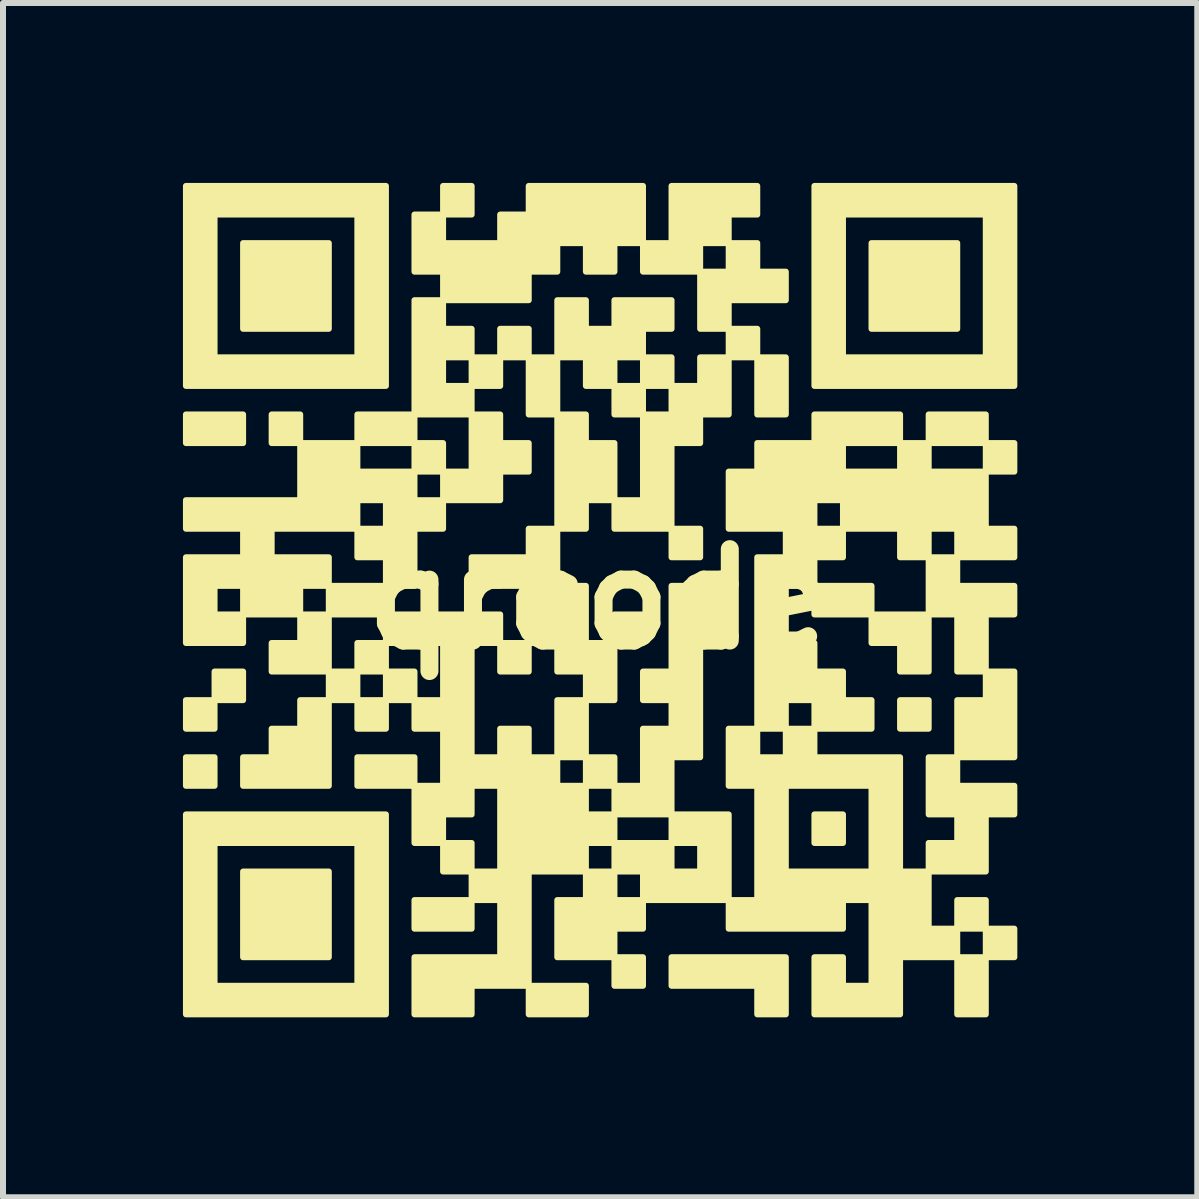
<source format=kicad_pcb>
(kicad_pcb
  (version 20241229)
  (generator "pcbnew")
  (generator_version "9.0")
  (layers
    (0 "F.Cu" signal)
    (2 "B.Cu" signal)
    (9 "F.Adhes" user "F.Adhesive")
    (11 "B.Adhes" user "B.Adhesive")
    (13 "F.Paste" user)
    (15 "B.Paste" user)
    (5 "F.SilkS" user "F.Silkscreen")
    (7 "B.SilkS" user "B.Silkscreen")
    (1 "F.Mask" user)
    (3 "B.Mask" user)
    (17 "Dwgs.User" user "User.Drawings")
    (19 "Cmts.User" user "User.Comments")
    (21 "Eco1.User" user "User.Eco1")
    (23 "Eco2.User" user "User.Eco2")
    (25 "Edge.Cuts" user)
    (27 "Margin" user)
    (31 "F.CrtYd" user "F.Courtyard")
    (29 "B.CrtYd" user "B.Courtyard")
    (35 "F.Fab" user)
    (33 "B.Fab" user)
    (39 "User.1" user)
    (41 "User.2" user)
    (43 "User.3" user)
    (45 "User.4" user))
  (footprint "qrcode"
    (layer "F.Cu")
    (at 6.94 6.94)
    (property "Reference" "qrcode" (at 0 0 0) (layer "F.SilkS") (effects (font (size 1.524 1.524) (thickness 0.3))))
    (attr through_hole)
    (fp_poly (pts (xy -6.413 2.159) (xy -6.652 2.159) (xy -6.89 2.159) (xy -6.89 1.921) (xy -6.89 1.683) (xy -6.652 1.683) (xy -6.413 1.683) (xy -6.413 1.921) (xy -6.413 2.159)) (stroke (width 0.1) (type solid)) (fill yes) (layer "F.SilkS"))
    (fp_poly (pts (xy -6.413 3.111) (xy -6.652 3.111) (xy -6.89 3.111) (xy -6.89 2.873) (xy -6.89 2.635) (xy -6.652 2.635) (xy -6.413 2.635) (xy -6.413 2.873) (xy -6.413 3.111)) (stroke (width 0.1) (type solid)) (fill yes) (layer "F.SilkS"))
    (fp_poly (pts (xy -5.937 -2.603) (xy -6.413 -2.603) (xy -6.89 -2.603) (xy -6.89 -2.842) (xy -6.89 -3.08) (xy -6.413 -3.08) (xy -5.937 -3.08) (xy -5.937 -2.842) (xy -5.937 -2.603)) (stroke (width 0.1) (type solid)) (fill yes) (layer "F.SilkS"))
    (fp_poly (pts (xy -5.937 1.683) (xy -6.175 1.683) (xy -6.413 1.683) (xy -6.413 1.445) (xy -6.413 1.206) (xy -6.175 1.206) (xy -5.937 1.206) (xy -5.937 1.445) (xy -5.937 1.683)) (stroke (width 0.1) (type solid)) (fill yes) (layer "F.SilkS"))
    (fp_poly (pts (xy -4.985 -2.603) (xy -5.223 -2.603) (xy -5.461 -2.603) (xy -5.461 -2.842) (xy -5.461 -3.08) (xy -5.223 -3.08) (xy -4.985 -3.08) (xy -4.985 -2.842) (xy -4.985 -2.603)) (stroke (width 0.1) (type solid)) (fill yes) (layer "F.SilkS"))
    (fp_poly (pts (xy -4.508 -4.508) (xy -5.223 -4.508) (xy -5.937 -4.508) (xy -5.937 -5.223) (xy -5.937 -5.937) (xy -5.223 -5.937) (xy -4.508 -5.937) (xy -4.508 -5.223) (xy -4.508 -4.508)) (stroke (width 0.1) (type solid)) (fill yes) (layer "F.SilkS"))
    (fp_poly (pts (xy -4.508 5.969) (xy -5.223 5.969) (xy -5.937 5.969) (xy -5.937 5.255) (xy -5.937 4.54) (xy -5.223 4.54) (xy -4.508 4.54) (xy -4.508 5.255) (xy -4.508 5.969)) (stroke (width 0.1) (type solid)) (fill yes) (layer "F.SilkS"))
    (fp_poly (pts (xy -4.032 1.683) (xy -4.27 1.683) (xy -4.508 1.683) (xy -4.508 1.445) (xy -4.508 1.206) (xy -4.27 1.206) (xy -4.032 1.206) (xy -4.032 1.445) (xy -4.032 1.683)) (stroke (width 0.1) (type solid)) (fill yes) (layer "F.SilkS"))
    (fp_poly (pts (xy -3.556 0.254) (xy -4.032 0.254) (xy -4.508 0.254) (xy -4.508 0.016) (xy -4.508 -0.222) (xy -4.032 -0.222) (xy -3.556 -0.222) (xy -3.556 0.016) (xy -3.556 0.254)) (stroke (width 0.1) (type solid)) (fill yes) (layer "F.SilkS"))
    (fp_poly (pts (xy -3.556 1.206) (xy -3.794 1.206) (xy -4.032 1.206) (xy -4.032 0.968) (xy -4.032 0.73) (xy -3.794 0.73) (xy -3.556 0.73) (xy -3.556 0.968) (xy -3.556 1.206)) (stroke (width 0.1) (type solid)) (fill yes) (layer "F.SilkS"))
    (fp_poly (pts (xy -3.556 2.159) (xy -3.794 2.159) (xy -4.032 2.159) (xy -4.032 1.921) (xy -4.032 1.683) (xy -3.794 1.683) (xy -3.556 1.683) (xy -3.556 1.921) (xy -3.556 2.159)) (stroke (width 0.1) (type solid)) (fill yes) (layer "F.SilkS"))
    (fp_poly (pts (xy -3.08 -2.603) (xy -3.556 -2.603) (xy -4.032 -2.603) (xy -4.032 -2.842) (xy -4.032 -3.08) (xy -3.556 -3.08) (xy -3.08 -3.08) (xy -3.08 -2.842) (xy -3.08 -2.603)) (stroke (width 0.1) (type solid)) (fill yes) (layer "F.SilkS"))
    (fp_poly (pts (xy -3.08 1.683) (xy -3.318 1.683) (xy -3.556 1.683) (xy -3.556 1.445) (xy -3.556 1.206) (xy -3.318 1.206) (xy -3.08 1.206) (xy -3.08 1.445) (xy -3.08 1.683)) (stroke (width 0.1) (type solid)) (fill yes) (layer "F.SilkS"))
    (fp_poly (pts (xy -3.08 3.111) (xy -3.556 3.111) (xy -4.032 3.111) (xy -4.032 2.873) (xy -4.032 2.635) (xy -3.556 2.635) (xy -3.08 2.635) (xy -3.08 2.873) (xy -3.08 3.111)) (stroke (width 0.1) (type solid)) (fill yes) (layer "F.SilkS"))
    (fp_poly (pts (xy -2.603 -2.127) (xy -2.842 -2.127) (xy -3.08 -2.127) (xy -3.08 -2.365) (xy -3.08 -2.603) (xy -2.842 -2.603) (xy -2.603 -2.603) (xy -2.603 -2.365) (xy -2.603 -2.127)) (stroke (width 0.1) (type solid)) (fill yes) (layer "F.SilkS"))
    (fp_poly (pts (xy -2.127 -6.413) (xy -2.365 -6.413) (xy -2.603 -6.413) (xy -2.603 -6.652) (xy -2.603 -6.89) (xy -2.365 -6.89) (xy -2.127 -6.89) (xy -2.127 -6.652) (xy -2.127 -6.413)) (stroke (width 0.1) (type solid)) (fill yes) (layer "F.SilkS"))
    (fp_poly (pts (xy -2.127 4.54) (xy -2.365 4.54) (xy -2.603 4.54) (xy -2.603 4.302) (xy -2.603 4.064) (xy -2.365 4.064) (xy -2.127 4.064) (xy -2.127 4.302) (xy -2.127 4.54)) (stroke (width 0.1) (type solid)) (fill yes) (layer "F.SilkS"))
    (fp_poly (pts (xy -2.127 5.493) (xy -2.603 5.493) (xy -3.08 5.493) (xy -3.08 5.255) (xy -3.08 5.016) (xy -2.603 5.016) (xy -2.127 5.016) (xy -2.127 5.255) (xy -2.127 5.493)) (stroke (width 0.1) (type solid)) (fill yes) (layer "F.SilkS"))
    (fp_poly (pts (xy -1.651 -3.556) (xy -1.889 -3.556) (xy -2.127 -3.556) (xy -2.127 -3.794) (xy -2.127 -4.032) (xy -1.889 -4.032) (xy -1.651 -4.032) (xy -1.651 -3.794) (xy -1.651 -3.556)) (stroke (width 0.1) (type solid)) (fill yes) (layer "F.SilkS"))
    (fp_poly (pts (xy -1.175 -4.032) (xy -1.413 -4.032) (xy -1.651 -4.032) (xy -1.651 -4.27) (xy -1.651 -4.508) (xy -1.413 -4.508) (xy -1.175 -4.508) (xy -1.175 -4.27) (xy -1.175 -4.032)) (stroke (width 0.1) (type solid)) (fill yes) (layer "F.SilkS"))
    (fp_poly (pts (xy -1.175 1.206) (xy -1.413 1.206) (xy -1.651 1.206) (xy -1.651 0.968) (xy -1.651 0.73) (xy -1.413 0.73) (xy -1.175 0.73) (xy -1.175 0.968) (xy -1.175 1.206)) (stroke (width 0.1) (type solid)) (fill yes) (layer "F.SilkS"))
    (fp_poly (pts (xy -0.699 -3.08) (xy -0.937 -3.08) (xy -1.175 -3.08) (xy -1.175 -3.556) (xy -1.175 -4.032) (xy -0.937 -4.032) (xy -0.699 -4.032) (xy -0.699 -3.556) (xy -0.699 -3.08)) (stroke (width 0.1) (type solid)) (fill yes) (layer "F.SilkS"))
    (fp_poly (pts (xy -0.222 2.635) (xy -0.46 2.635) (xy -0.699 2.635) (xy -0.699 2.159) (xy -0.699 1.683) (xy -0.46 1.683) (xy -0.222 1.683) (xy -0.222 2.159) (xy -0.222 2.635)) (stroke (width 0.1) (type solid)) (fill yes) (layer "F.SilkS"))
    (fp_poly (pts (xy -0.222 6.921) (xy -0.699 6.921) (xy -1.175 6.921) (xy -1.175 6.683) (xy -1.175 6.445) (xy -0.699 6.445) (xy -0.222 6.445) (xy -0.222 6.683) (xy -0.222 6.921)) (stroke (width 0.1) (type solid)) (fill yes) (layer "F.SilkS"))
    (fp_poly (pts (xy 0.254 3.111) (xy 0.016 3.111) (xy -0.222 3.111) (xy -0.222 2.873) (xy -0.222 2.635) (xy 0.016 2.635) (xy 0.254 2.635) (xy 0.254 2.873) (xy 0.254 3.111)) (stroke (width 0.1) (type solid)) (fill yes) (layer "F.SilkS"))
    (fp_poly (pts (xy 0.73 -3.08) (xy 0.492 -3.08) (xy 0.254 -3.08) (xy 0.254 -3.318) (xy 0.254 -3.556) (xy 0.492 -3.556) (xy 0.73 -3.556) (xy 0.73 -3.318) (xy 0.73 -3.08)) (stroke (width 0.1) (type solid)) (fill yes) (layer "F.SilkS"))
    (fp_poly (pts (xy 0.73 0.73) (xy 0.492 0.73) (xy 0.254 0.73) (xy 0.254 0.492) (xy 0.254 0.254) (xy 0.492 0.254) (xy 0.73 0.254) (xy 0.73 0.492) (xy 0.73 0.73)) (stroke (width 0.1) (type solid)) (fill yes) (layer "F.SilkS"))
    (fp_poly (pts (xy 0.73 6.445) (xy 0.492 6.445) (xy 0.254 6.445) (xy 0.254 6.207) (xy 0.254 5.969) (xy 0.492 5.969) (xy 0.73 5.969) (xy 0.73 6.207) (xy 0.73 6.445)) (stroke (width 0.1) (type solid)) (fill yes) (layer "F.SilkS"))
    (fp_poly (pts (xy 1.206 -3.556) (xy 0.968 -3.556) (xy 0.73 -3.556) (xy 0.73 -3.794) (xy 0.73 -4.032) (xy 0.968 -4.032) (xy 1.206 -4.032) (xy 1.206 -3.794) (xy 1.206 -3.556)) (stroke (width 0.1) (type solid)) (fill yes) (layer "F.SilkS"))
    (fp_poly (pts (xy 1.683 -0.699) (xy 1.445 -0.699) (xy 1.206 -0.699) (xy 1.206 -0.937) (xy 1.206 -1.175) (xy 1.445 -1.175) (xy 1.683 -1.175) (xy 1.683 -0.937) (xy 1.683 -0.699)) (stroke (width 0.1) (type solid)) (fill yes) (layer "F.SilkS"))
    (fp_poly (pts (xy 2.635 -4.032) (xy 2.397 -4.032) (xy 2.159 -4.032) (xy 2.159 -4.27) (xy 2.159 -4.508) (xy 2.397 -4.508) (xy 2.635 -4.508) (xy 2.635 -4.27) (xy 2.635 -4.032)) (stroke (width 0.1) (type solid)) (fill yes) (layer "F.SilkS"))
    (fp_poly (pts (xy 3.111 -3.08) (xy 2.873 -3.08) (xy 2.635 -3.08) (xy 2.635 -3.556) (xy 2.635 -4.032) (xy 2.873 -4.032) (xy 3.111 -4.032) (xy 3.111 -3.556) (xy 3.111 -3.08)) (stroke (width 0.1) (type solid)) (fill yes) (layer "F.SilkS"))
    (fp_poly (pts (xy 4.064 4.064) (xy 3.826 4.064) (xy 3.588 4.064) (xy 3.588 3.826) (xy 3.588 3.588) (xy 3.826 3.588) (xy 4.064 3.588) (xy 4.064 3.826) (xy 4.064 4.064)) (stroke (width 0.1) (type solid)) (fill yes) (layer "F.SilkS"))
    (fp_poly (pts (xy 4.54 0.254) (xy 4.064 0.254) (xy 3.588 0.254) (xy 3.588 0.016) (xy 3.588 -0.222) (xy 4.064 -0.222) (xy 4.54 -0.222) (xy 4.54 0.016) (xy 4.54 0.254)) (stroke (width 0.1) (type solid)) (fill yes) (layer "F.SilkS"))
    (fp_poly (pts (xy 5.493 2.159) (xy 5.255 2.159) (xy 5.016 2.159) (xy 5.016 1.921) (xy 5.016 1.683) (xy 5.255 1.683) (xy 5.493 1.683) (xy 5.493 1.921) (xy 5.493 2.159)) (stroke (width 0.1) (type solid)) (fill yes) (layer "F.SilkS"))
    (fp_poly (pts (xy 5.969 -4.508) (xy 5.255 -4.508) (xy 4.54 -4.508) (xy 4.54 -5.223) (xy 4.54 -5.937) (xy 5.255 -5.937) (xy 5.969 -5.937) (xy 5.969 -5.223) (xy 5.969 -4.508)) (stroke (width 0.1) (type solid)) (fill yes) (layer "F.SilkS"))
    (fp_poly (pts (xy 6.445 -2.603) (xy 5.969 -2.603) (xy 5.493 -2.603) (xy 5.493 -2.842) (xy 5.493 -3.08) (xy 5.969 -3.08) (xy 6.445 -3.08) (xy 6.445 -2.842) (xy 6.445 -2.603)) (stroke (width 0.1) (type solid)) (fill yes) (layer "F.SilkS"))
    (fp_poly (pts (xy 6.445 5.493) (xy 6.207 5.493) (xy 5.969 5.493) (xy 5.969 5.255) (xy 5.969 5.016) (xy 6.207 5.016) (xy 6.445 5.016) (xy 6.445 5.255) (xy 6.445 5.493)) (stroke (width 0.1) (type solid)) (fill yes) (layer "F.SilkS"))
    (fp_poly (pts (xy 6.445 6.921) (xy 6.207 6.921) (xy 5.969 6.921) (xy 5.969 6.445) (xy 5.969 5.969) (xy 6.207 5.969) (xy 6.445 5.969) (xy 6.445 6.445) (xy 6.445 6.921)) (stroke (width 0.1) (type solid)) (fill yes) (layer "F.SilkS"))
    (fp_poly (pts (xy 6.921 -2.127) (xy 6.683 -2.127) (xy 6.445 -2.127) (xy 6.445 -2.365) (xy 6.445 -2.603) (xy 6.683 -2.603) (xy 6.921 -2.603) (xy 6.921 -2.365) (xy 6.921 -2.127)) (stroke (width 0.1) (type solid)) (fill yes) (layer "F.SilkS"))
    (fp_poly (pts (xy 6.921 5.969) (xy 6.683 5.969) (xy 6.445 5.969) (xy 6.445 5.731) (xy 6.445 5.493) (xy 6.683 5.493) (xy 6.921 5.493) (xy 6.921 5.731) (xy 6.921 5.969)) (stroke (width 0.1) (type solid)) (fill yes) (layer "F.SilkS"))
    (fp_poly (pts (xy -4.508 1.206) (xy -4.985 1.206) (xy -5.461 1.206) (xy -5.461 0.968) (xy -5.461 0.73) (xy -5.223 0.73) (xy -4.985 0.73) (xy -4.985 0.492) (xy -4.985 0.254) (xy -4.747 0.254) (xy -4.508 0.254) (xy -4.508 0.73) (xy -4.508 1.206)) (stroke (width 0.1) (type solid)) (fill yes) (layer "F.SilkS"))
    (fp_poly (pts (xy 3.111 6.921) (xy 2.873 6.921) (xy 2.635 6.921) (xy 2.635 6.683) (xy 2.635 6.445) (xy 1.921 6.445) (xy 1.206 6.445) (xy 1.206 6.207) (xy 1.206 5.969) (xy 2.159 5.969) (xy 3.111 5.969) (xy 3.111 6.445) (xy 3.111 6.921)) (stroke (width 0.1) (type solid)) (fill yes) (layer "F.SilkS"))
    (fp_poly (pts (xy 5.493 1.206) (xy 5.255 1.206) (xy 5.016 1.206) (xy 5.016 0.968) (xy 5.016 0.73) (xy 4.778 0.73) (xy 4.54 0.73) (xy 4.54 0.492) (xy 4.54 0.254) (xy 5.016 0.254) (xy 5.493 0.254) (xy 5.493 0.73) (xy 5.493 1.206)) (stroke (width 0.1) (type solid)) (fill yes) (layer "F.SilkS"))
    (fp_poly (pts (xy 6.921 2.635) (xy 6.445 2.635) (xy 5.969 2.635) (xy 5.969 2.159) (xy 5.969 1.683) (xy 6.207 1.683) (xy 6.445 1.683) (xy 6.445 1.445) (xy 6.445 1.206) (xy 6.683 1.206) (xy 6.921 1.206) (xy 6.921 1.921) (xy 6.921 2.635)) (stroke (width 0.1) (type solid)) (fill yes) (layer "F.SilkS"))
    (fp_poly (pts (xy -4.508 3.111) (xy -5.223 3.111) (xy -5.937 3.111) (xy -5.937 2.873) (xy -5.937 2.635) (xy -5.699 2.635) (xy -5.461 2.635) (xy -5.461 2.397) (xy -5.461 2.159) (xy -5.223 2.159) (xy -4.985 2.159) (xy -4.985 1.921) (xy -4.985 1.683) (xy -4.747 1.683) (xy -4.508 1.683) (xy -4.508 2.397) (xy -4.508 3.111)) (stroke (width 0.1) (type solid)) (fill yes) (layer "F.SilkS"))
    (fp_poly (pts (xy 0.254 -1.651) (xy 0.016 -1.651) (xy -0.222 -1.651) (xy -0.222 -1.413) (xy -0.222 -1.175) (xy -0.46 -1.175) (xy -0.699 -1.175) (xy -0.699 -2.127) (xy -0.699 -3.08) (xy -0.46 -3.08) (xy -0.222 -3.08) (xy -0.222 -2.842) (xy -0.222 -2.603) (xy 0.016 -2.603) (xy 0.254 -2.603) (xy 0.254 -2.127) (xy 0.254 -1.651)) (stroke (width 0.1) (type solid)) (fill yes) (layer "F.SilkS"))
    (fp_poly (pts (xy -3.556 -3.556) (xy -4.032 -3.556) (xy -4.032 -4.032) (xy -4.032 -5.223) (xy -4.032 -6.413) (xy -5.223 -6.413) (xy -6.413 -6.413) (xy -6.413 -5.223) (xy -6.413 -4.032) (xy -5.223 -4.032) (xy -4.032 -4.032) (xy -4.032 -3.556) (xy -5.223 -3.556) (xy -6.89 -3.556) (xy -6.89 -5.223) (xy -6.89 -6.89) (xy -5.223 -6.89) (xy -3.556 -6.89) (xy -3.556 -5.223) (xy -3.556 -3.556)) (stroke (width 0.1) (type solid)) (fill yes) (layer "F.SilkS"))
    (fp_poly (pts (xy -3.556 6.921) (xy -4.032 6.921) (xy -4.032 6.445) (xy -4.032 5.255) (xy -4.032 4.064) (xy -5.223 4.064) (xy -6.413 4.064) (xy -6.413 5.255) (xy -6.413 6.445) (xy -5.223 6.445) (xy -4.032 6.445) (xy -4.032 6.921) (xy -5.223 6.921) (xy -6.89 6.921) (xy -6.89 5.255) (xy -6.89 3.588) (xy -5.223 3.588) (xy -3.556 3.588) (xy -3.556 5.255) (xy -3.556 6.921)) (stroke (width 0.1) (type solid)) (fill yes) (layer "F.SilkS"))
    (fp_poly (pts (xy 6.921 -3.556) (xy 6.445 -3.556) (xy 6.445 -4.032) (xy 6.445 -5.223) (xy 6.445 -6.413) (xy 5.255 -6.413) (xy 4.064 -6.413) (xy 4.064 -5.223) (xy 4.064 -4.032) (xy 5.255 -4.032) (xy 6.445 -4.032) (xy 6.445 -3.556) (xy 5.255 -3.556) (xy 3.588 -3.556) (xy 3.588 -5.223) (xy 3.588 -6.89) (xy 5.255 -6.89) (xy 6.921 -6.89) (xy 6.921 -5.223) (xy 6.921 -3.556)) (stroke (width 0.1) (type solid)) (fill yes) (layer "F.SilkS"))
    (fp_poly (pts (xy -2.127 -3.08) (xy -2.603 -3.08) (xy -3.08 -3.08) (xy -3.08 -4.032) (xy -3.08 -4.985) (xy -2.842 -4.985) (xy -2.603 -4.985) (xy -2.603 -4.747) (xy -2.603 -4.508) (xy -2.365 -4.508) (xy -2.127 -4.508) (xy -2.127 -4.27) (xy -2.127 -4.032) (xy -2.365 -4.032) (xy -2.603 -4.032) (xy -2.603 -3.794) (xy -2.603 -3.556) (xy -2.365 -3.556) (xy -2.127 -3.556) (xy -2.127 -3.318) (xy -2.127 -3.08)) (stroke (width 0.1) (type solid)) (fill yes) (layer "F.SilkS"))
    (fp_poly (pts (xy -1.175 -2.127) (xy -1.413 -2.127) (xy -1.651 -2.127) (xy -1.651 -1.889) (xy -1.651 -1.651) (xy -2.127 -1.651) (xy -2.603 -1.651) (xy -2.603 -1.889) (xy -2.603 -2.127) (xy -2.365 -2.127) (xy -2.127 -2.127) (xy -2.127 -2.603) (xy -2.127 -3.08) (xy -1.889 -3.08) (xy -1.651 -3.08) (xy -1.651 -2.842) (xy -1.651 -2.603) (xy -1.413 -2.603) (xy -1.175 -2.603) (xy -1.175 -2.365) (xy -1.175 -2.127)) (stroke (width 0.1) (type solid)) (fill yes) (layer "F.SilkS"))
    (fp_poly (pts (xy 0.73 5.493) (xy 0.492 5.493) (xy 0.254 5.493) (xy 0.254 5.731) (xy 0.254 5.969) (xy -0.222 5.969) (xy -0.699 5.969) (xy -0.699 5.493) (xy -0.699 5.016) (xy -0.46 5.016) (xy -0.222 5.016) (xy -0.222 4.778) (xy -0.222 4.54) (xy 0.016 4.54) (xy 0.254 4.54) (xy 0.254 4.778) (xy 0.254 5.016) (xy 0.492 5.016) (xy 0.73 5.016) (xy 0.73 5.255) (xy 0.73 5.493)) (stroke (width 0.1) (type solid)) (fill yes) (layer "F.SilkS"))
    (fp_poly (pts (xy 2.635 -6.413) (xy 2.397 -6.413) (xy 2.159 -6.413) (xy 2.159 -6.175) (xy 2.159 -5.937) (xy 1.921 -5.937) (xy 1.683 -5.937) (xy 1.683 -5.699) (xy 1.683 -5.461) (xy 1.206 -5.461) (xy 0.73 -5.461) (xy 0.73 -5.699) (xy 0.73 -5.937) (xy 0.968 -5.937) (xy 1.206 -5.937) (xy 1.206 -6.413) (xy 1.206 -6.89) (xy 1.921 -6.89) (xy 2.635 -6.89) (xy 2.635 -6.652) (xy 2.635 -6.413)) (stroke (width 0.1) (type solid)) (fill yes) (layer "F.SilkS"))
    (fp_poly (pts (xy 3.111 -4.985) (xy 2.635 -4.985) (xy 2.159 -4.985) (xy 2.159 -4.747) (xy 2.159 -4.508) (xy 1.921 -4.508) (xy 1.683 -4.508) (xy 1.683 -4.985) (xy 1.683 -5.461) (xy 1.921 -5.461) (xy 2.159 -5.461) (xy 2.159 -5.699) (xy 2.159 -5.937) (xy 2.397 -5.937) (xy 2.635 -5.937) (xy 2.635 -5.699) (xy 2.635 -5.461) (xy 2.873 -5.461) (xy 3.111 -5.461) (xy 3.111 -5.223) (xy 3.111 -4.985)) (stroke (width 0.1) (type solid)) (fill yes) (layer "F.SilkS"))
    (fp_poly (pts (xy 6.921 0.254) (xy 6.683 0.254) (xy 6.445 0.254) (xy 6.445 0.73) (xy 6.445 1.206) (xy 6.207 1.206) (xy 5.969 1.206) (xy 5.969 0.73) (xy 5.969 0.254) (xy 5.731 0.254) (xy 5.493 0.254) (xy 5.493 -0.222) (xy 5.493 -0.699) (xy 5.731 -0.699) (xy 5.969 -0.699) (xy 5.969 -0.46) (xy 5.969 -0.222) (xy 6.445 -0.222) (xy 6.921 -0.222) (xy 6.921 0.016) (xy 6.921 0.254)) (stroke (width 0.1) (type solid)) (fill yes) (layer "F.SilkS"))
    (fp_poly (pts (xy 2.159 5.016) (xy 1.445 5.016) (xy 0.73 5.016) (xy 0.73 4.778) (xy 0.73 4.54) (xy 0.492 4.54) (xy 0.254 4.54) (xy 0.254 4.302) (xy 0.254 4.064) (xy 0.73 4.064) (xy 1.206 4.064) (xy 1.206 4.302) (xy 1.206 4.54) (xy 1.445 4.54) (xy 1.683 4.54) (xy 1.683 4.302) (xy 1.683 4.064) (xy 1.445 4.064) (xy 1.206 4.064) (xy 1.206 3.826) (xy 1.206 3.588) (xy 1.683 3.588) (xy 2.159 3.588) (xy 2.159 4.302) (xy 2.159 5.016)) (stroke (width 0.1) (type solid)) (fill yes) (layer "F.SilkS"))
    (fp_poly (pts (xy 6.921 3.588) (xy 6.683 3.588) (xy 6.445 3.588) (xy 6.445 4.064) (xy 6.445 4.54) (xy 5.969 4.54) (xy 5.493 4.54) (xy 5.493 4.302) (xy 5.493 4.064) (xy 5.731 4.064) (xy 5.969 4.064) (xy 5.969 3.826) (xy 5.969 3.588) (xy 5.731 3.588) (xy 5.493 3.588) (xy 5.493 3.111) (xy 5.493 2.635) (xy 5.731 2.635) (xy 5.969 2.635) (xy 5.969 2.873) (xy 5.969 3.111) (xy 6.445 3.111) (xy 6.921 3.111) (xy 6.921 3.35) (xy 6.921 3.588)) (stroke (width 0.1) (type solid)) (fill yes) (layer "F.SilkS"))
    (fp_poly (pts (xy 1.206 -4.508) (xy 0.968 -4.508) (xy 0.73 -4.508) (xy 0.73 -4.27) (xy 0.73 -4.032) (xy 0.492 -4.032) (xy 0.254 -4.032) (xy 0.254 -3.794) (xy 0.254 -3.556) (xy 0.016 -3.556) (xy -0.222 -3.556) (xy -0.222 -3.794) (xy -0.222 -4.032) (xy -0.46 -4.032) (xy -0.699 -4.032) (xy -0.699 -4.508) (xy -0.699 -4.985) (xy -0.46 -4.985) (xy -0.222 -4.985) (xy -0.222 -4.747) (xy -0.222 -4.508) (xy 0.016 -4.508) (xy 0.254 -4.508) (xy 0.254 -4.747) (xy 0.254 -4.985) (xy 0.73 -4.985) (xy 1.206 -4.985) (xy 1.206 -4.747) (xy 1.206 -4.508)) (stroke (width 0.1) (type solid)) (fill yes) (layer "F.SilkS"))
    (fp_poly (pts (xy 2.159 -3.08) (xy 1.921 -3.08) (xy 1.683 -3.08) (xy 1.683 -2.842) (xy 1.683 -2.603) (xy 1.445 -2.603) (xy 1.206 -2.603) (xy 1.206 -1.889) (xy 1.206 -1.175) (xy 0.73 -1.175) (xy 0.254 -1.175) (xy 0.254 -1.413) (xy 0.254 -1.651) (xy 0.492 -1.651) (xy 0.73 -1.651) (xy 0.73 -2.365) (xy 0.73 -3.08) (xy 0.968 -3.08) (xy 1.206 -3.08) (xy 1.206 -3.318) (xy 1.206 -3.556) (xy 1.445 -3.556) (xy 1.683 -3.556) (xy 1.683 -3.794) (xy 1.683 -4.032) (xy 1.921 -4.032) (xy 2.159 -4.032) (xy 2.159 -3.556) (xy 2.159 -3.08)) (stroke (width 0.1) (type solid)) (fill yes) (layer "F.SilkS"))
    (fp_poly (pts (xy 0.254 1.683) (xy 0.016 1.683) (xy -0.222 1.683) (xy -0.222 1.445) (xy -0.222 1.206) (xy -0.46 1.206) (xy -0.699 1.206) (xy -0.699 0.968) (xy -0.699 0.73) (xy -0.937 0.73) (xy -1.175 0.73) (xy -1.175 0.254) (xy -1.175 -0.222) (xy -1.651 -0.222) (xy -2.127 -0.222) (xy -2.127 -0.46) (xy -2.127 -0.699) (xy -1.651 -0.699) (xy -1.175 -0.699) (xy -1.175 -0.937) (xy -1.175 -1.175) (xy -0.937 -1.175) (xy -0.699 -1.175) (xy -0.699 -0.699) (xy -0.699 -0.222) (xy -0.46 -0.222) (xy -0.222 -0.222) (xy -0.222 0.254) (xy -0.222 0.73) (xy 0.016 0.73) (xy 0.254 0.73) (xy 0.254 1.206) (xy 0.254 1.683)) (stroke (width 0.1) (type solid)) (fill yes) (layer "F.SilkS"))
    (fp_poly (pts (xy 2.159 0.73) (xy 1.921 0.73) (xy 1.683 0.73) (xy 1.683 1.683) (xy 1.683 2.635) (xy 1.445 2.635) (xy 1.206 2.635) (xy 1.206 3.111) (xy 1.206 3.588) (xy 0.73 3.588) (xy 0.254 3.588) (xy 0.254 3.35) (xy 0.254 3.111) (xy 0.492 3.111) (xy 0.73 3.111) (xy 0.73 2.635) (xy 0.73 2.159) (xy 0.968 2.159) (xy 1.206 2.159) (xy 1.206 1.921) (xy 1.206 1.683) (xy 0.968 1.683) (xy 0.73 1.683) (xy 0.73 1.445) (xy 0.73 1.206) (xy 0.968 1.206) (xy 1.206 1.206) (xy 1.206 0.492) (xy 1.206 -0.222) (xy 1.683 -0.222) (xy 2.159 -0.222) (xy 2.159 0.254) (xy 2.159 0.73)) (stroke (width 0.1) (type solid)) (fill yes) (layer "F.SilkS"))
    (fp_poly (pts (xy 0.73 -5.937) (xy 0.492 -5.937) (xy 0.254 -5.937) (xy 0.254 -5.699) (xy 0.254 -5.461) (xy 0.016 -5.461) (xy -0.222 -5.461) (xy -0.222 -5.699) (xy -0.222 -5.937) (xy -0.46 -5.937) (xy -0.699 -5.937) (xy -0.699 -5.699) (xy -0.699 -5.461) (xy -0.937 -5.461) (xy -1.175 -5.461) (xy -1.175 -5.223) (xy -1.175 -4.985) (xy -1.889 -4.985) (xy -2.603 -4.985) (xy -2.603 -5.223) (xy -2.603 -5.461) (xy -2.842 -5.461) (xy -3.08 -5.461) (xy -3.08 -5.937) (xy -3.08 -6.413) (xy -2.842 -6.413) (xy -2.603 -6.413) (xy -2.603 -6.175) (xy -2.603 -5.937) (xy -2.127 -5.937) (xy -1.651 -5.937) (xy -1.651 -6.175) (xy -1.651 -6.413) (xy -1.413 -6.413) (xy -1.175 -6.413) (xy -1.175 -6.652) (xy -1.175 -6.89) (xy -0.222 -6.89) (xy 0.73 -6.89) (xy 0.73 -6.413) (xy 0.73 -5.937)) (stroke (width 0.1) (type solid)) (fill yes) (layer "F.SilkS"))
    (fp_poly (pts (xy 5.969 5.969) (xy 5.493 5.969) (xy 5.016 5.969) (xy 5.016 6.445) (xy 5.016 6.921) (xy 4.302 6.921) (xy 3.588 6.921) (xy 3.588 6.445) (xy 3.588 5.969) (xy 3.826 5.969) (xy 4.064 5.969) (xy 4.064 6.207) (xy 4.064 6.445) (xy 4.302 6.445) (xy 4.54 6.445) (xy 4.54 5.731) (xy 4.54 5.016) (xy 4.54 4.54) (xy 4.54 3.826) (xy 4.54 3.111) (xy 3.826 3.111) (xy 3.111 3.111) (xy 3.111 3.826) (xy 3.111 4.54) (xy 3.826 4.54) (xy 4.54 4.54) (xy 4.54 5.016) (xy 4.302 5.016) (xy 4.064 5.016) (xy 4.064 5.255) (xy 4.064 5.493) (xy 3.111 5.493) (xy 2.159 5.493) (xy 2.159 5.255) (xy 2.159 5.016) (xy 2.397 5.016) (xy 2.635 5.016) (xy 2.635 4.064) (xy 2.635 3.111) (xy 2.397 3.111) (xy 2.159 3.111) (xy 2.159 2.635) (xy 2.159 2.159) (xy 2.397 2.159) (xy 2.635 2.159) (xy 2.635 2.397) (xy 2.635 2.635) (xy 2.873 2.635) (xy 3.111 2.635) (xy 3.111 2.397) (xy 3.111 2.159) (xy 3.35 2.159) (xy 3.588 2.159) (xy 3.588 2.397) (xy 3.588 2.635) (xy 4.302 2.635) (xy 5.016 2.635) (xy 5.016 3.588) (xy 5.016 4.54) (xy 5.255 4.54) (xy 5.493 4.54) (xy 5.493 5.016) (xy 5.493 5.493) (xy 5.731 5.493) (xy 5.969 5.493) (xy 5.969 5.731) (xy 5.969 5.969)) (stroke (width 0.1) (type solid)) (fill yes) (layer "F.SilkS"))
    (fp_poly (pts (xy -2.603 -1.175) (xy -2.842 -1.175) (xy -3.08 -1.175) (xy -3.08 -0.699) (xy -3.08 -0.222) (xy -3.318 -0.222) (xy -3.556 -0.222) (xy -3.556 -0.46) (xy -3.556 -0.699) (xy -3.794 -0.699) (xy -4.032 -0.699) (xy -4.032 -0.937) (xy -4.032 -1.175) (xy -3.794 -1.175) (xy -3.556 -1.175) (xy -3.556 -1.413) (xy -3.556 -1.651) (xy -3.794 -1.651) (xy -4.032 -1.651) (xy -4.032 -1.413) (xy -4.032 -1.175) (xy -4.747 -1.175) (xy -5.461 -1.175) (xy -5.461 -0.937) (xy -5.461 -0.699) (xy -4.985 -0.699) (xy -4.508 -0.699) (xy -4.508 -0.46) (xy -4.508 -0.222) (xy -4.747 -0.222) (xy -4.985 -0.222) (xy -4.985 0.016) (xy -4.985 0.254) (xy -5.461 0.254) (xy -5.937 0.254) (xy -5.937 0.016) (xy -5.937 -0.222) (xy -6.175 -0.222) (xy -6.413 -0.222) (xy -6.413 0.016) (xy -6.413 0.254) (xy -6.175 0.254) (xy -5.937 0.254) (xy -5.937 0.492) (xy -5.937 0.73) (xy -6.413 0.73) (xy -6.89 0.73) (xy -6.89 0.016) (xy -6.89 -0.699) (xy -6.413 -0.699) (xy -5.937 -0.699) (xy -5.937 -0.937) (xy -5.937 -1.175) (xy -6.413 -1.175) (xy -6.89 -1.175) (xy -6.89 -1.413) (xy -6.89 -1.651) (xy -5.937 -1.651) (xy -4.985 -1.651) (xy -4.985 -2.127) (xy -4.985 -2.603) (xy -4.508 -2.603) (xy -4.032 -2.603) (xy -4.032 -2.365) (xy -4.032 -2.127) (xy -3.556 -2.127) (xy -3.08 -2.127) (xy -3.08 -1.889) (xy -3.08 -1.651) (xy -2.842 -1.651) (xy -2.603 -1.651) (xy -2.603 -1.413) (xy -2.603 -1.175)) (stroke (width 0.1) (type solid)) (fill yes) (layer "F.SilkS"))
    (fp_poly (pts (xy 0.254 4.064) (xy 0.016 4.064) (xy -0.222 4.064) (xy -0.222 4.302) (xy -0.222 4.54) (xy -0.699 4.54) (xy -1.175 4.54) (xy -1.175 5.493) (xy -1.175 6.445) (xy -1.651 6.445) (xy -2.127 6.445) (xy -2.127 6.683) (xy -2.127 6.921) (xy -2.603 6.921) (xy -3.08 6.921) (xy -3.08 6.445) (xy -3.08 5.969) (xy -2.365 5.969) (xy -1.651 5.969) (xy -1.651 5.493) (xy -1.651 5.016) (xy -1.889 5.016) (xy -2.127 5.016) (xy -2.127 4.778) (xy -2.127 4.54) (xy -1.889 4.54) (xy -1.651 4.54) (xy -1.651 3.826) (xy -1.651 3.111) (xy -1.889 3.111) (xy -2.127 3.111) (xy -2.127 3.35) (xy -2.127 3.588) (xy -2.365 3.588) (xy -2.603 3.588) (xy -2.603 3.826) (xy -2.603 4.064) (xy -2.842 4.064) (xy -3.08 4.064) (xy -3.08 3.588) (xy -3.08 3.111) (xy -2.842 3.111) (xy -2.603 3.111) (xy -2.603 2.635) (xy -2.603 2.159) (xy -2.842 2.159) (xy -3.08 2.159) (xy -3.08 1.921) (xy -3.08 1.683) (xy -2.842 1.683) (xy -2.603 1.683) (xy -2.603 1.206) (xy -2.603 0.73) (xy -3.08 0.73) (xy -3.556 0.73) (xy -3.556 0.492) (xy -3.556 0.254) (xy -2.603 0.254) (xy -1.651 0.254) (xy -1.651 0.492) (xy -1.651 0.73) (xy -1.889 0.73) (xy -2.127 0.73) (xy -2.127 1.683) (xy -2.127 2.635) (xy -1.889 2.635) (xy -1.651 2.635) (xy -1.651 2.397) (xy -1.651 2.159) (xy -1.413 2.159) (xy -1.175 2.159) (xy -1.175 2.397) (xy -1.175 2.635) (xy -0.937 2.635) (xy -0.699 2.635) (xy -0.699 2.873) (xy -0.699 3.111) (xy -0.46 3.111) (xy -0.222 3.111) (xy -0.222 3.35) (xy -0.222 3.588) (xy 0.016 3.588) (xy 0.254 3.588) (xy 0.254 3.826) (xy 0.254 4.064)) (stroke (width 0.1) (type solid)) (fill yes) (layer "F.SilkS"))
    (fp_poly (pts (xy 6.921 -0.699) (xy 6.445 -0.699) (xy 5.969 -0.699) (xy 5.969 -0.937) (xy 5.969 -1.175) (xy 5.731 -1.175) (xy 5.493 -1.175) (xy 5.493 -0.937) (xy 5.493 -0.699) (xy 5.255 -0.699) (xy 5.016 -0.699) (xy 5.016 -0.937) (xy 5.016 -1.175) (xy 4.54 -1.175) (xy 4.064 -1.175) (xy 4.064 -1.413) (xy 4.064 -1.651) (xy 3.826 -1.651) (xy 3.588 -1.651) (xy 3.588 -1.413) (xy 3.588 -1.175) (xy 3.826 -1.175) (xy 4.064 -1.175) (xy 4.064 -0.937) (xy 4.064 -0.699) (xy 3.826 -0.699) (xy 3.588 -0.699) (xy 3.588 -0.46) (xy 3.588 -0.222) (xy 3.35 -0.222) (xy 3.111 -0.222) (xy 3.111 0.254) (xy 3.111 0.73) (xy 3.35 0.73) (xy 3.588 0.73) (xy 3.588 0.968) (xy 3.588 1.206) (xy 3.826 1.206) (xy 4.064 1.206) (xy 4.064 1.445) (xy 4.064 1.683) (xy 4.302 1.683) (xy 4.54 1.683) (xy 4.54 1.921) (xy 4.54 2.159) (xy 4.064 2.159) (xy 3.588 2.159) (xy 3.588 1.921) (xy 3.588 1.683) (xy 3.35 1.683) (xy 3.111 1.683) (xy 3.111 1.921) (xy 3.111 2.159) (xy 2.873 2.159) (xy 2.635 2.159) (xy 2.635 0.73) (xy 2.635 -0.699) (xy 2.873 -0.699) (xy 3.111 -0.699) (xy 3.111 -0.937) (xy 3.111 -1.175) (xy 2.635 -1.175) (xy 2.159 -1.175) (xy 2.159 -1.651) (xy 2.159 -2.127) (xy 2.397 -2.127) (xy 2.635 -2.127) (xy 2.635 -2.365) (xy 2.635 -2.603) (xy 3.111 -2.603) (xy 3.588 -2.603) (xy 3.588 -2.842) (xy 3.588 -3.08) (xy 4.302 -3.08) (xy 5.016 -3.08) (xy 5.016 -2.842) (xy 5.016 -2.603) (xy 4.54 -2.603) (xy 4.064 -2.603) (xy 4.064 -2.365) (xy 4.064 -2.127) (xy 4.54 -2.127) (xy 5.016 -2.127) (xy 5.016 -2.365) (xy 5.016 -2.603) (xy 5.255 -2.603) (xy 5.493 -2.603) (xy 5.493 -2.365) (xy 5.493 -2.127) (xy 5.969 -2.127) (xy 6.445 -2.127) (xy 6.445 -1.651) (xy 6.445 -1.175) (xy 6.683 -1.175) (xy 6.921 -1.175) (xy 6.921 -0.937) (xy 6.921 -0.699)) (stroke (width 0.1) (type solid)) (fill yes) (layer "F.SilkS")))
  (gr_rect
    (start -3 -3)
    (end 16.911 16.911)
    (stroke (width 0.1) (type default))
    (fill no)
    (layer "Edge.Cuts")))
</source>
